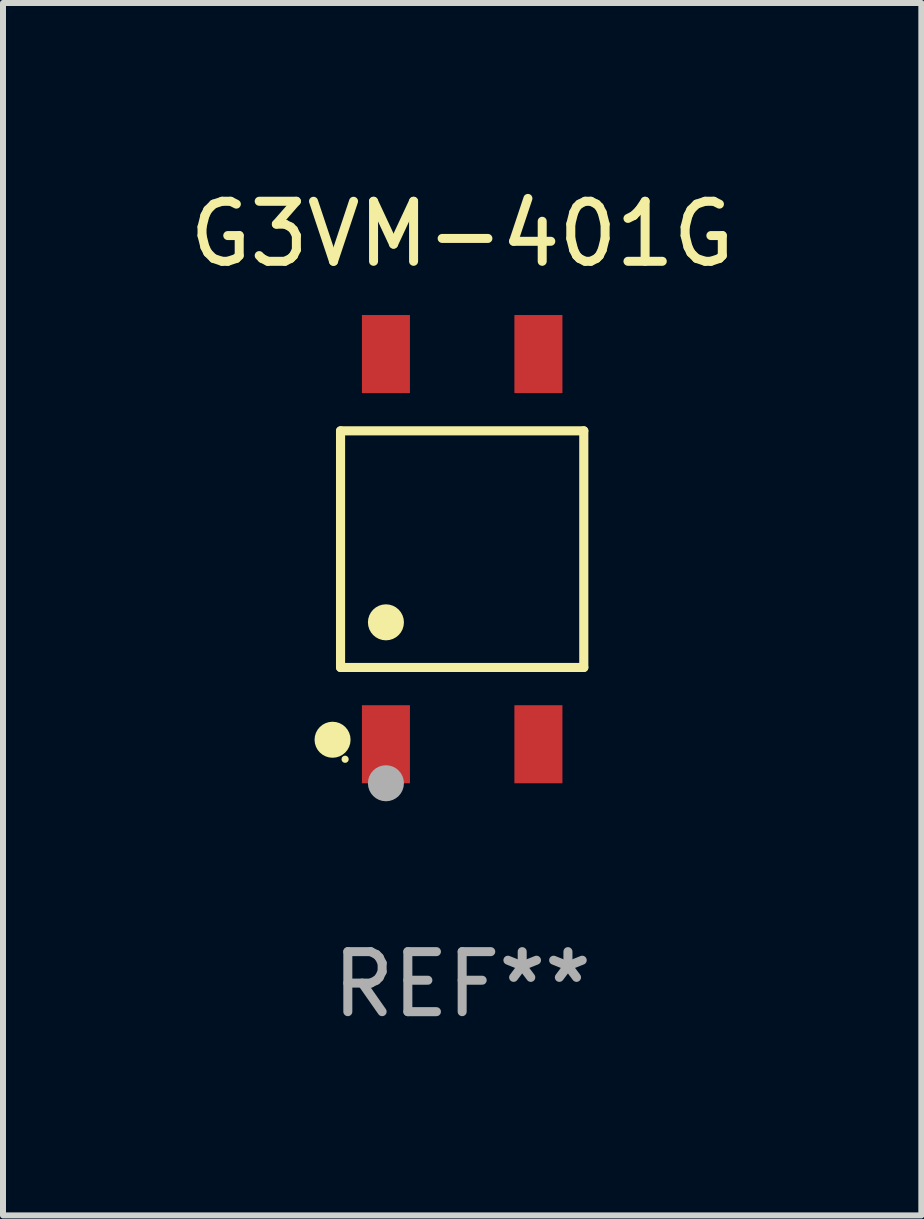
<source format=kicad_pcb>
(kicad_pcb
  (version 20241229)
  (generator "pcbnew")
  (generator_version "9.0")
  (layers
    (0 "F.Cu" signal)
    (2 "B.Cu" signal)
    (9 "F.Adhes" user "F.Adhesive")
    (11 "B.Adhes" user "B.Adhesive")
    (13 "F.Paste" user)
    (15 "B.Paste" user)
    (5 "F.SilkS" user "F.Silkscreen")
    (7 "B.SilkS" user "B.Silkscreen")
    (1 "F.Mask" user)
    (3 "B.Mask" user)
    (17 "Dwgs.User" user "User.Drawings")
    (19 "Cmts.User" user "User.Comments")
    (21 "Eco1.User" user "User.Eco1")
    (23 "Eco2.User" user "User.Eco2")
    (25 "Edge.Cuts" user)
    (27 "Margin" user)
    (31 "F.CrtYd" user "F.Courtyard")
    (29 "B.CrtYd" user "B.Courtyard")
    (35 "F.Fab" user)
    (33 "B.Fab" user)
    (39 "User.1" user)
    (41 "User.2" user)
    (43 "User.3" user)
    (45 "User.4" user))
  (footprint "G3VM-401G"
    (layer "F.Cu")
    (at 4.649 6.098)
    (property "Reference" "G3VM-401G" (at 0 -5.25 0) (layer "F.SilkS") (effects (font (size 1 1) (thickness 0.15))))
    (attr through_hole)
    (fp_line (start -2.026 -1.971) (end 2.026 -1.971) (stroke (width 0.152) (type solid)) (layer "F.SilkS"))
    (fp_line (start -2.026 1.971) (end -2.026 -1.971) (stroke (width 0.152) (type solid)) (layer "F.SilkS"))
    (fp_line (start 2.026 -1.971) (end 2.026 1.971) (stroke (width 0.152) (type solid)) (layer "F.SilkS"))
    (fp_line (start 2.026 1.971) (end -2.026 1.971) (stroke (width 0.152) (type solid)) (layer "F.SilkS"))
    (fp_circle (center -2.159 3.175) (end -2.009 3.175) (stroke (width 0.3) (type solid)) (fill no) (layer "F.SilkS"))
    (fp_circle (center -1.95 3.5) (end -1.92 3.5) (stroke (width 0.06) (type solid)) (fill no) (layer "F.SilkS"))
    (fp_circle (center -1.27 1.219) (end -1.12 1.219) (stroke (width 0.3) (type solid)) (fill no) (layer "F.SilkS"))
    (fp_circle (center -1.27 3.9) (end -1.12 3.9) (stroke (width 0.3) (type solid)) (fill no) (layer "F.Fab"))
    (fp_text user "REF**" (at 0 7.25 0) (layer "F.Fab") (effects (font (size 1 1) (thickness 0.15))))
    (pad "1" smd rect (at -1.27 3.25) (size 0.8 1.3) (layers "F.Cu" "F.Mask" "F.Paste"))
    (pad "2" smd rect (at 1.27 3.25) (size 0.8 1.3) (layers "F.Cu" "F.Mask" "F.Paste"))
    (pad "3" smd rect (at 1.27 -3.25) (size 0.8 1.3) (layers "F.Cu" "F.Mask" "F.Paste"))
    (pad "4" smd rect (at -1.27 -3.25) (size 0.8 1.3) (layers "F.Cu" "F.Mask" "F.Paste")))
  (gr_rect
    (start -3 -3)
    (end 12.298 17.197)
    (stroke (width 0.1) (type default))
    (fill no)
    (layer "Edge.Cuts")))
</source>
